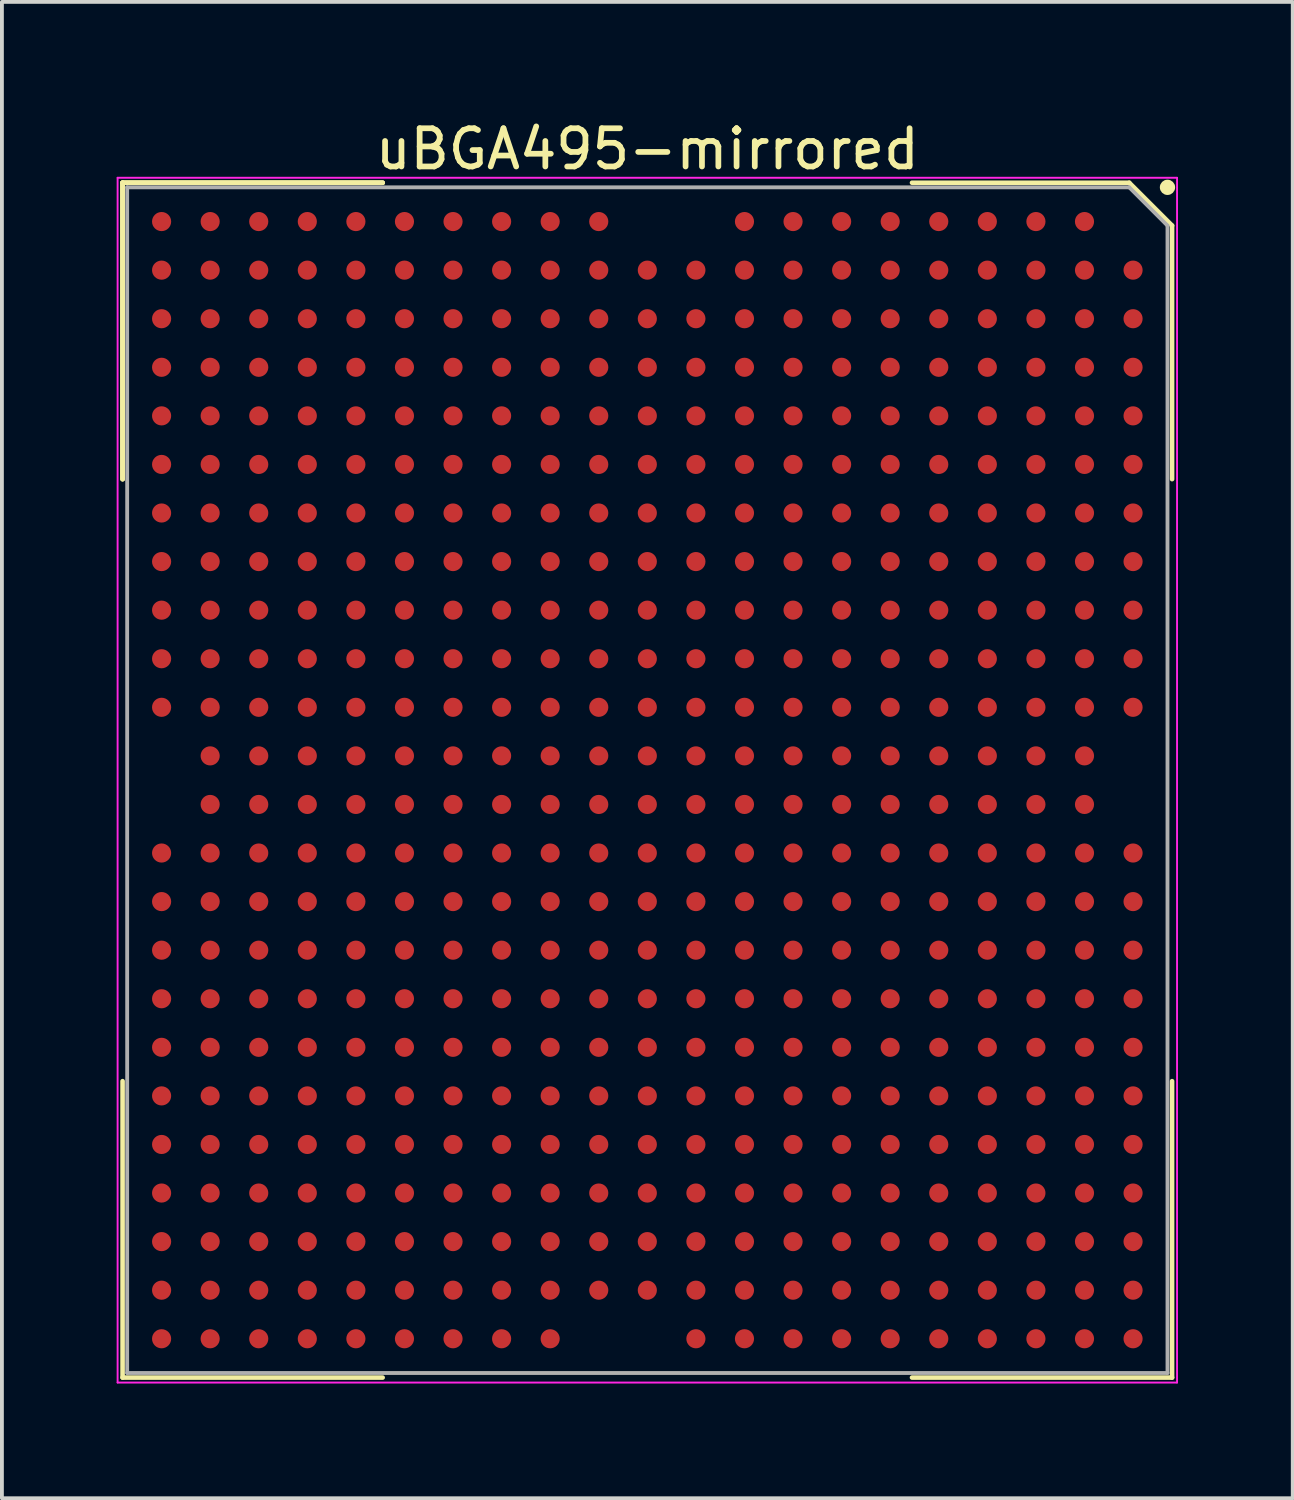
<source format=kicad_pcb>
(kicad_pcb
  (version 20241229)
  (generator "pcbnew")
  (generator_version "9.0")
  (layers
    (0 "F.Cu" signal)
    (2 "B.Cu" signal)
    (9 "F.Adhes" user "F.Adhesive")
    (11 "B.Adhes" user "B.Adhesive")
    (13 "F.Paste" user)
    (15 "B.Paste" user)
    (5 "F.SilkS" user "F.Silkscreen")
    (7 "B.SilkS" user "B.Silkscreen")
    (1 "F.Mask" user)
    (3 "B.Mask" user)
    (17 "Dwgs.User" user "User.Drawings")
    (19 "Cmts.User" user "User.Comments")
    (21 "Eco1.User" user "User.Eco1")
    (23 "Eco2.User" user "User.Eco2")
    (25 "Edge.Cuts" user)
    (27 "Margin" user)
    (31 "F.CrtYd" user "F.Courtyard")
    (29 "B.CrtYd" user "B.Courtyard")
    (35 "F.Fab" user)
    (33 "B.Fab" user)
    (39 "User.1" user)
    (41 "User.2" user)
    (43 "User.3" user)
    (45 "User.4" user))
  (footprint "uBGA495-mirrored"
    (layer "F.Cu")
    (at 13.875 15.808)
    (property "Reference" "uBGA495-mirrored" (at 0 -14.96 0) (layer "F.SilkS") (effects (font (size 1 1) (thickness 0.15))))
    (attr through_hole)
    (fp_line (start -13.72 -14.08) (end -13.72 -6.33) (stroke (width 0.12) (type solid)) (layer "F.SilkS"))
    (fp_line (start -13.72 -14.08) (end -13.72 -6.33) (stroke (width 0.12) (type solid)) (layer "F.SilkS"))
    (fp_line (start -13.72 -14.08) (end -13.72 -6.33) (stroke (width 0.12) (type solid)) (layer "F.SilkS"))
    (fp_line (start -13.72 17.16) (end -13.72 9.41) (stroke (width 0.12) (type solid)) (layer "F.SilkS"))
    (fp_line (start -6.92 -14.08) (end -13.72 -14.08) (stroke (width 0.12) (type solid)) (layer "F.SilkS"))
    (fp_line (start -6.92 -14.08) (end -13.72 -14.08) (stroke (width 0.12) (type solid)) (layer "F.SilkS"))
    (fp_line (start -6.92 -14.08) (end -13.72 -14.08) (stroke (width 0.12) (type solid)) (layer "F.SilkS"))
    (fp_line (start -6.92 17.16) (end -13.72 17.16) (stroke (width 0.12) (type solid)) (layer "F.SilkS"))
    (fp_line (start 6.92 -14.08) (end 12.6 -14.08) (stroke (width 0.12) (type solid)) (layer "F.SilkS"))
    (fp_line (start 6.92 17.16) (end 13.72 17.16) (stroke (width 0.12) (type solid)) (layer "F.SilkS"))
    (fp_line (start 12.6 -14.08) (end 13.72 -12.96) (stroke (width 0.12) (type solid)) (layer "F.SilkS"))
    (fp_line (start 13.72 -12.96) (end 13.72 -6.33) (stroke (width 0.12) (type solid)) (layer "F.SilkS"))
    (fp_line (start 13.72 17.16) (end 13.72 9.41) (stroke (width 0.12) (type solid)) (layer "F.SilkS"))
    (fp_circle (center 13.6 -13.96) (end 13.6 -13.86) (stroke (width 0.2) (type solid)) (fill no) (layer "F.SilkS"))
    (fp_line (start -13.85 -14.21) (end -13.85 17.29) (stroke (width 0.05) (type solid)) (layer "F.CrtYd"))
    (fp_line (start -13.85 17.29) (end 13.85 17.29) (stroke (width 0.05) (type solid)) (layer "F.CrtYd"))
    (fp_line (start 13.85 -14.21) (end -13.85 -14.21) (stroke (width 0.05) (type solid)) (layer "F.CrtYd"))
    (fp_line (start 13.85 17.29) (end 13.85 -14.21) (stroke (width 0.05) (type solid)) (layer "F.CrtYd"))
    (fp_line (start -13.6 -13.96) (end 12.6 -13.96) (stroke (width 0.1) (type solid)) (layer "F.Fab"))
    (fp_line (start -13.6 17.04) (end -13.6 -13.96) (stroke (width 0.1) (type solid)) (layer "F.Fab"))
    (fp_line (start 12.6 -13.96) (end 13.6 -12.96) (stroke (width 0.1) (type solid)) (layer "F.Fab"))
    (fp_line (start 13.6 -12.96) (end 13.6 17.04) (stroke (width 0.1) (type solid)) (layer "F.Fab"))
    (fp_line (start 13.6 17.04) (end -13.6 17.04) (stroke (width 0.1) (type solid)) (layer "F.Fab"))
    (pad "A2" smd circle (at 11.43 -13.065) (size 0.5 0.5) (layers "F.Cu" "F.Mask" "F.Paste"))
    (pad "A3" smd circle (at 10.16 -13.065) (size 0.5 0.5) (layers "F.Cu" "F.Mask" "F.Paste"))
    (pad "A4" smd circle (at 8.89 -13.065) (size 0.5 0.5) (layers "F.Cu" "F.Mask" "F.Paste"))
    (pad "A5" smd circle (at 7.62 -13.065) (size 0.5 0.5) (layers "F.Cu" "F.Mask" "F.Paste"))
    (pad "A6" smd circle (at 6.35 -13.065) (size 0.5 0.5) (layers "F.Cu" "F.Mask" "F.Paste"))
    (pad "A7" smd circle (at 5.08 -13.065) (size 0.5 0.5) (layers "F.Cu" "F.Mask" "F.Paste"))
    (pad "A8" smd circle (at 3.81 -13.065) (size 0.5 0.5) (layers "F.Cu" "F.Mask" "F.Paste"))
    (pad "A9" smd circle (at 2.54 -13.065) (size 0.5 0.5) (layers "F.Cu" "F.Mask" "F.Paste"))
    (pad "A12" smd circle (at -1.27 -13.065) (size 0.5 0.5) (layers "F.Cu" "F.Mask" "F.Paste"))
    (pad "A13" smd circle (at -2.54 -13.065) (size 0.5 0.5) (layers "F.Cu" "F.Mask" "F.Paste"))
    (pad "A14" smd circle (at -3.81 -13.065) (size 0.5 0.5) (layers "F.Cu" "F.Mask" "F.Paste"))
    (pad "A15" smd circle (at -5.08 -13.065) (size 0.5 0.5) (layers "F.Cu" "F.Mask" "F.Paste"))
    (pad "A16" smd circle (at -6.35 -13.065) (size 0.5 0.5) (layers "F.Cu" "F.Mask" "F.Paste"))
    (pad "A17" smd circle (at -7.62 -13.065) (size 0.5 0.5) (layers "F.Cu" "F.Mask" "F.Paste"))
    (pad "A18" smd circle (at -8.89 -13.065) (size 0.5 0.5) (layers "F.Cu" "F.Mask" "F.Paste"))
    (pad "A19" smd circle (at -10.16 -13.065) (size 0.5 0.5) (layers "F.Cu" "F.Mask" "F.Paste"))
    (pad "A20" smd circle (at -11.43 -13.065) (size 0.5 0.5) (layers "F.Cu" "F.Mask" "F.Paste"))
    (pad "A21" smd circle (at -12.7 -13.065) (size 0.5 0.5) (layers "F.Cu" "F.Mask" "F.Paste"))
    (pad "AA1" smd circle (at 12.7 12.335) (size 0.5 0.5) (layers "F.Cu" "F.Mask" "F.Paste"))
    (pad "AA2" smd circle (at 11.43 12.335) (size 0.5 0.5) (layers "F.Cu" "F.Mask" "F.Paste"))
    (pad "AA3" smd circle (at 10.16 12.335) (size 0.5 0.5) (layers "F.Cu" "F.Mask" "F.Paste"))
    (pad "AA4" smd circle (at 8.89 12.335) (size 0.5 0.5) (layers "F.Cu" "F.Mask" "F.Paste"))
    (pad "AA5" smd circle (at 7.62 12.335) (size 0.5 0.5) (layers "F.Cu" "F.Mask" "F.Paste"))
    (pad "AA6" smd circle (at 6.35 12.335) (size 0.5 0.5) (layers "F.Cu" "F.Mask" "F.Paste"))
    (pad "AA7" smd circle (at 5.08 12.335) (size 0.5 0.5) (layers "F.Cu" "F.Mask" "F.Paste"))
    (pad "AA8" smd circle (at 3.81 12.335) (size 0.5 0.5) (layers "F.Cu" "F.Mask" "F.Paste"))
    (pad "AA9" smd circle (at 2.54 12.335) (size 0.5 0.5) (layers "F.Cu" "F.Mask" "F.Paste"))
    (pad "AA10" smd circle (at 1.27 12.335) (size 0.5 0.5) (layers "F.Cu" "F.Mask" "F.Paste"))
    (pad "AA11" smd circle (at 0 12.335) (size 0.5 0.5) (layers "F.Cu" "F.Mask" "F.Paste"))
    (pad "AA12" smd circle (at -1.27 12.335) (size 0.5 0.5) (layers "F.Cu" "F.Mask" "F.Paste"))
    (pad "AA13" smd circle (at -2.54 12.335) (size 0.5 0.5) (layers "F.Cu" "F.Mask" "F.Paste"))
    (pad "AA14" smd circle (at -3.81 12.335) (size 0.5 0.5) (layers "F.Cu" "F.Mask" "F.Paste"))
    (pad "AA15" smd circle (at -5.08 12.335) (size 0.5 0.5) (layers "F.Cu" "F.Mask" "F.Paste"))
    (pad "AA16" smd circle (at -6.35 12.335) (size 0.5 0.5) (layers "F.Cu" "F.Mask" "F.Paste"))
    (pad "AA17" smd circle (at -7.62 12.335) (size 0.5 0.5) (layers "F.Cu" "F.Mask" "F.Paste"))
    (pad "AA18" smd circle (at -8.89 12.335) (size 0.5 0.5) (layers "F.Cu" "F.Mask" "F.Paste"))
    (pad "AA19" smd circle (at -10.16 12.335) (size 0.5 0.5) (layers "F.Cu" "F.Mask" "F.Paste"))
    (pad "AA20" smd circle (at -11.43 12.335) (size 0.5 0.5) (layers "F.Cu" "F.Mask" "F.Paste"))
    (pad "AA21" smd circle (at -12.7 12.335) (size 0.5 0.5) (layers "F.Cu" "F.Mask" "F.Paste"))
    (pad "AB1" smd circle (at 12.7 13.605) (size 0.5 0.5) (layers "F.Cu" "F.Mask" "F.Paste"))
    (pad "AB2" smd circle (at 11.43 13.605) (size 0.5 0.5) (layers "F.Cu" "F.Mask" "F.Paste"))
    (pad "AB3" smd circle (at 10.16 13.605) (size 0.5 0.5) (layers "F.Cu" "F.Mask" "F.Paste"))
    (pad "AB4" smd circle (at 8.89 13.605) (size 0.5 0.5) (layers "F.Cu" "F.Mask" "F.Paste"))
    (pad "AB5" smd circle (at 7.62 13.605) (size 0.5 0.5) (layers "F.Cu" "F.Mask" "F.Paste"))
    (pad "AB6" smd circle (at 6.35 13.605) (size 0.5 0.5) (layers "F.Cu" "F.Mask" "F.Paste"))
    (pad "AB7" smd circle (at 5.08 13.605) (size 0.5 0.5) (layers "F.Cu" "F.Mask" "F.Paste"))
    (pad "AB8" smd circle (at 3.81 13.605) (size 0.5 0.5) (layers "F.Cu" "F.Mask" "F.Paste"))
    (pad "AB9" smd circle (at 2.54 13.605) (size 0.5 0.5) (layers "F.Cu" "F.Mask" "F.Paste"))
    (pad "AB10" smd circle (at 1.27 13.605) (size 0.5 0.5) (layers "F.Cu" "F.Mask" "F.Paste"))
    (pad "AB11" smd circle (at 0 13.605) (size 0.5 0.5) (layers "F.Cu" "F.Mask" "F.Paste"))
    (pad "AB12" smd circle (at -1.27 13.605) (size 0.5 0.5) (layers "F.Cu" "F.Mask" "F.Paste"))
    (pad "AB13" smd circle (at -2.54 13.605) (size 0.5 0.5) (layers "F.Cu" "F.Mask" "F.Paste"))
    (pad "AB14" smd circle (at -3.81 13.605) (size 0.5 0.5) (layers "F.Cu" "F.Mask" "F.Paste"))
    (pad "AB15" smd circle (at -5.08 13.605) (size 0.5 0.5) (layers "F.Cu" "F.Mask" "F.Paste"))
    (pad "AB16" smd circle (at -6.35 13.605) (size 0.5 0.5) (layers "F.Cu" "F.Mask" "F.Paste"))
    (pad "AB17" smd circle (at -7.62 13.605) (size 0.5 0.5) (layers "F.Cu" "F.Mask" "F.Paste"))
    (pad "AB18" smd circle (at -8.89 13.605) (size 0.5 0.5) (layers "F.Cu" "F.Mask" "F.Paste"))
    (pad "AB19" smd circle (at -10.16 13.605) (size 0.5 0.5) (layers "F.Cu" "F.Mask" "F.Paste"))
    (pad "AB20" smd circle (at -11.43 13.605) (size 0.5 0.5) (layers "F.Cu" "F.Mask" "F.Paste"))
    (pad "AB21" smd circle (at -12.7 13.605) (size 0.5 0.5) (layers "F.Cu" "F.Mask" "F.Paste"))
    (pad "AC1" smd circle (at 12.7 14.875) (size 0.5 0.5) (layers "F.Cu" "F.Mask" "F.Paste"))
    (pad "AC2" smd circle (at 11.43 14.875) (size 0.5 0.5) (layers "F.Cu" "F.Mask" "F.Paste"))
    (pad "AC3" smd circle (at 10.16 14.875) (size 0.5 0.5) (layers "F.Cu" "F.Mask" "F.Paste"))
    (pad "AC4" smd circle (at 8.89 14.875) (size 0.5 0.5) (layers "F.Cu" "F.Mask" "F.Paste"))
    (pad "AC5" smd circle (at 7.62 14.875) (size 0.5 0.5) (layers "F.Cu" "F.Mask" "F.Paste"))
    (pad "AC6" smd circle (at 6.35 14.875) (size 0.5 0.5) (layers "F.Cu" "F.Mask" "F.Paste"))
    (pad "AC7" smd circle (at 5.08 14.875) (size 0.5 0.5) (layers "F.Cu" "F.Mask" "F.Paste"))
    (pad "AC8" smd circle (at 3.81 14.875) (size 0.5 0.5) (layers "F.Cu" "F.Mask" "F.Paste"))
    (pad "AC9" smd circle (at 2.54 14.875) (size 0.5 0.5) (layers "F.Cu" "F.Mask" "F.Paste"))
    (pad "AC10" smd circle (at 1.27 14.875) (size 0.5 0.5) (layers "F.Cu" "F.Mask" "F.Paste"))
    (pad "AC11" smd circle (at 0 14.875) (size 0.5 0.5) (layers "F.Cu" "F.Mask" "F.Paste"))
    (pad "AC12" smd circle (at -1.27 14.875) (size 0.5 0.5) (layers "F.Cu" "F.Mask" "F.Paste"))
    (pad "AC13" smd circle (at -2.54 14.875) (size 0.5 0.5) (layers "F.Cu" "F.Mask" "F.Paste"))
    (pad "AC14" smd circle (at -3.81 14.875) (size 0.5 0.5) (layers "F.Cu" "F.Mask" "F.Paste"))
    (pad "AC15" smd circle (at -5.08 14.875) (size 0.5 0.5) (layers "F.Cu" "F.Mask" "F.Paste"))
    (pad "AC16" smd circle (at -6.35 14.875) (size 0.5 0.5) (layers "F.Cu" "F.Mask" "F.Paste"))
    (pad "AC17" smd circle (at -7.62 14.875) (size 0.5 0.5) (layers "F.Cu" "F.Mask" "F.Paste"))
    (pad "AC18" smd circle (at -8.89 14.875) (size 0.5 0.5) (layers "F.Cu" "F.Mask" "F.Paste"))
    (pad "AC19" smd circle (at -10.16 14.875) (size 0.5 0.5) (layers "F.Cu" "F.Mask" "F.Paste"))
    (pad "AC20" smd circle (at -11.43 14.875) (size 0.5 0.5) (layers "F.Cu" "F.Mask" "F.Paste"))
    (pad "AC21" smd circle (at -12.7 14.875) (size 0.5 0.5) (layers "F.Cu" "F.Mask" "F.Paste"))
    (pad "AD1" smd circle (at 12.7 16.145) (size 0.5 0.5) (layers "F.Cu" "F.Mask" "F.Paste"))
    (pad "AD2" smd circle (at 11.43 16.145) (size 0.5 0.5) (layers "F.Cu" "F.Mask" "F.Paste"))
    (pad "AD3" smd circle (at 10.16 16.145) (size 0.5 0.5) (layers "F.Cu" "F.Mask" "F.Paste"))
    (pad "AD4" smd circle (at 8.89 16.145) (size 0.5 0.5) (layers "F.Cu" "F.Mask" "F.Paste"))
    (pad "AD5" smd circle (at 7.62 16.145) (size 0.5 0.5) (layers "F.Cu" "F.Mask" "F.Paste"))
    (pad "AD6" smd circle (at 6.35 16.145) (size 0.5 0.5) (layers "F.Cu" "F.Mask" "F.Paste"))
    (pad "AD7" smd circle (at 5.08 16.145) (size 0.5 0.5) (layers "F.Cu" "F.Mask" "F.Paste"))
    (pad "AD8" smd circle (at 3.81 16.145) (size 0.5 0.5) (layers "F.Cu" "F.Mask" "F.Paste"))
    (pad "AD9" smd circle (at 2.54 16.145) (size 0.5 0.5) (layers "F.Cu" "F.Mask" "F.Paste"))
    (pad "AD10" smd circle (at 1.27 16.145) (size 0.5 0.5) (layers "F.Cu" "F.Mask" "F.Paste"))
    (pad "AD13" smd circle (at -2.54 16.145) (size 0.5 0.5) (layers "F.Cu" "F.Mask" "F.Paste"))
    (pad "AD14" smd circle (at -3.81 16.145) (size 0.5 0.5) (layers "F.Cu" "F.Mask" "F.Paste"))
    (pad "AD15" smd circle (at -5.08 16.145) (size 0.5 0.5) (layers "F.Cu" "F.Mask" "F.Paste"))
    (pad "AD16" smd circle (at -6.35 16.145) (size 0.5 0.5) (layers "F.Cu" "F.Mask" "F.Paste"))
    (pad "AD17" smd circle (at -7.62 16.145) (size 0.5 0.5) (layers "F.Cu" "F.Mask" "F.Paste"))
    (pad "AD18" smd circle (at -8.89 16.145) (size 0.5 0.5) (layers "F.Cu" "F.Mask" "F.Paste"))
    (pad "AD19" smd circle (at -10.16 16.145) (size 0.5 0.5) (layers "F.Cu" "F.Mask" "F.Paste"))
    (pad "AD20" smd circle (at -11.43 16.145) (size 0.5 0.5) (layers "F.Cu" "F.Mask" "F.Paste"))
    (pad "AD21" smd circle (at -12.7 16.145) (size 0.5 0.5) (layers "F.Cu" "F.Mask" "F.Paste"))
    (pad "B1" smd circle (at 12.7 -11.795) (size 0.5 0.5) (layers "F.Cu" "F.Mask" "F.Paste"))
    (pad "B2" smd circle (at 11.43 -11.795) (size 0.5 0.5) (layers "F.Cu" "F.Mask" "F.Paste"))
    (pad "B3" smd circle (at 10.16 -11.795) (size 0.5 0.5) (layers "F.Cu" "F.Mask" "F.Paste"))
    (pad "B4" smd circle (at 8.89 -11.795) (size 0.5 0.5) (layers "F.Cu" "F.Mask" "F.Paste"))
    (pad "B5" smd circle (at 7.62 -11.795) (size 0.5 0.5) (layers "F.Cu" "F.Mask" "F.Paste"))
    (pad "B6" smd circle (at 6.35 -11.795) (size 0.5 0.5) (layers "F.Cu" "F.Mask" "F.Paste"))
    (pad "B7" smd circle (at 5.08 -11.795) (size 0.5 0.5) (layers "F.Cu" "F.Mask" "F.Paste"))
    (pad "B8" smd circle (at 3.81 -11.795) (size 0.5 0.5) (layers "F.Cu" "F.Mask" "F.Paste"))
    (pad "B9" smd circle (at 2.54 -11.795) (size 0.5 0.5) (layers "F.Cu" "F.Mask" "F.Paste"))
    (pad "B10" smd circle (at 1.27 -11.795) (size 0.5 0.5) (layers "F.Cu" "F.Mask" "F.Paste"))
    (pad "B11" smd circle (at 0 -11.795) (size 0.5 0.5) (layers "F.Cu" "F.Mask" "F.Paste"))
    (pad "B12" smd circle (at -1.27 -11.795) (size 0.5 0.5) (layers "F.Cu" "F.Mask" "F.Paste"))
    (pad "B13" smd circle (at -2.54 -11.795) (size 0.5 0.5) (layers "F.Cu" "F.Mask" "F.Paste"))
    (pad "B14" smd circle (at -3.81 -11.795) (size 0.5 0.5) (layers "F.Cu" "F.Mask" "F.Paste"))
    (pad "B15" smd circle (at -5.08 -11.795) (size 0.5 0.5) (layers "F.Cu" "F.Mask" "F.Paste"))
    (pad "B16" smd circle (at -6.35 -11.795) (size 0.5 0.5) (layers "F.Cu" "F.Mask" "F.Paste"))
    (pad "B17" smd circle (at -7.62 -11.795) (size 0.5 0.5) (layers "F.Cu" "F.Mask" "F.Paste"))
    (pad "B18" smd circle (at -8.89 -11.795) (size 0.5 0.5) (layers "F.Cu" "F.Mask" "F.Paste"))
    (pad "B19" smd circle (at -10.16 -11.795) (size 0.5 0.5) (layers "F.Cu" "F.Mask" "F.Paste"))
    (pad "B20" smd circle (at -11.43 -11.795) (size 0.5 0.5) (layers "F.Cu" "F.Mask" "F.Paste"))
    (pad "B21" smd circle (at -12.7 -11.795) (size 0.5 0.5) (layers "F.Cu" "F.Mask" "F.Paste"))
    (pad "C1" smd circle (at 12.7 -10.525) (size 0.5 0.5) (layers "F.Cu" "F.Mask" "F.Paste"))
    (pad "C2" smd circle (at 11.43 -10.525) (size 0.5 0.5) (layers "F.Cu" "F.Mask" "F.Paste"))
    (pad "C3" smd circle (at 10.16 -10.525) (size 0.5 0.5) (layers "F.Cu" "F.Mask" "F.Paste"))
    (pad "C4" smd circle (at 8.89 -10.525) (size 0.5 0.5) (layers "F.Cu" "F.Mask" "F.Paste"))
    (pad "C5" smd circle (at 7.62 -10.525) (size 0.5 0.5) (layers "F.Cu" "F.Mask" "F.Paste"))
    (pad "C6" smd circle (at 6.35 -10.525) (size 0.5 0.5) (layers "F.Cu" "F.Mask" "F.Paste"))
    (pad "C7" smd circle (at 5.08 -10.525) (size 0.5 0.5) (layers "F.Cu" "F.Mask" "F.Paste"))
    (pad "C8" smd circle (at 3.81 -10.525) (size 0.5 0.5) (layers "F.Cu" "F.Mask" "F.Paste"))
    (pad "C9" smd circle (at 2.54 -10.525) (size 0.5 0.5) (layers "F.Cu" "F.Mask" "F.Paste"))
    (pad "C10" smd circle (at 1.27 -10.525) (size 0.5 0.5) (layers "F.Cu" "F.Mask" "F.Paste"))
    (pad "C11" smd circle (at 0 -10.525) (size 0.5 0.5) (layers "F.Cu" "F.Mask" "F.Paste"))
    (pad "C12" smd circle (at -1.27 -10.525) (size 0.5 0.5) (layers "F.Cu" "F.Mask" "F.Paste"))
    (pad "C13" smd circle (at -2.54 -10.525) (size 0.5 0.5) (layers "F.Cu" "F.Mask" "F.Paste"))
    (pad "C14" smd circle (at -3.81 -10.525) (size 0.5 0.5) (layers "F.Cu" "F.Mask" "F.Paste"))
    (pad "C15" smd circle (at -5.08 -10.525) (size 0.5 0.5) (layers "F.Cu" "F.Mask" "F.Paste"))
    (pad "C16" smd circle (at -6.35 -10.525) (size 0.5 0.5) (layers "F.Cu" "F.Mask" "F.Paste"))
    (pad "C17" smd circle (at -7.62 -10.525) (size 0.5 0.5) (layers "F.Cu" "F.Mask" "F.Paste"))
    (pad "C18" smd circle (at -8.89 -10.525) (size 0.5 0.5) (layers "F.Cu" "F.Mask" "F.Paste"))
    (pad "C19" smd circle (at -10.16 -10.525) (size 0.5 0.5) (layers "F.Cu" "F.Mask" "F.Paste"))
    (pad "C20" smd circle (at -11.43 -10.525) (size 0.5 0.5) (layers "F.Cu" "F.Mask" "F.Paste"))
    (pad "C21" smd circle (at -12.7 -10.525) (size 0.5 0.5) (layers "F.Cu" "F.Mask" "F.Paste"))
    (pad "D1" smd circle (at 12.7 -9.255) (size 0.5 0.5) (layers "F.Cu" "F.Mask" "F.Paste"))
    (pad "D2" smd circle (at 11.43 -9.255) (size 0.5 0.5) (layers "F.Cu" "F.Mask" "F.Paste"))
    (pad "D3" smd circle (at 10.16 -9.255) (size 0.5 0.5) (layers "F.Cu" "F.Mask" "F.Paste"))
    (pad "D4" smd circle (at 8.89 -9.255) (size 0.5 0.5) (layers "F.Cu" "F.Mask" "F.Paste"))
    (pad "D5" smd circle (at 7.62 -9.255) (size 0.5 0.5) (layers "F.Cu" "F.Mask" "F.Paste"))
    (pad "D6" smd circle (at 6.35 -9.255) (size 0.5 0.5) (layers "F.Cu" "F.Mask" "F.Paste"))
    (pad "D7" smd circle (at 5.08 -9.255) (size 0.5 0.5) (layers "F.Cu" "F.Mask" "F.Paste"))
    (pad "D8" smd circle (at 3.81 -9.255) (size 0.5 0.5) (layers "F.Cu" "F.Mask" "F.Paste"))
    (pad "D9" smd circle (at 2.54 -9.255) (size 0.5 0.5) (layers "F.Cu" "F.Mask" "F.Paste"))
    (pad "D10" smd circle (at 1.27 -9.255) (size 0.5 0.5) (layers "F.Cu" "F.Mask" "F.Paste"))
    (pad "D11" smd circle (at 0 -9.255) (size 0.5 0.5) (layers "F.Cu" "F.Mask" "F.Paste"))
    (pad "D12" smd circle (at -1.27 -9.255) (size 0.5 0.5) (layers "F.Cu" "F.Mask" "F.Paste"))
    (pad "D13" smd circle (at -2.54 -9.255) (size 0.5 0.5) (layers "F.Cu" "F.Mask" "F.Paste"))
    (pad "D14" smd circle (at -3.81 -9.255) (size 0.5 0.5) (layers "F.Cu" "F.Mask" "F.Paste"))
    (pad "D15" smd circle (at -5.08 -9.255) (size 0.5 0.5) (layers "F.Cu" "F.Mask" "F.Paste"))
    (pad "D16" smd circle (at -6.35 -9.255) (size 0.5 0.5) (layers "F.Cu" "F.Mask" "F.Paste"))
    (pad "D17" smd circle (at -7.62 -9.255) (size 0.5 0.5) (layers "F.Cu" "F.Mask" "F.Paste"))
    (pad "D18" smd circle (at -8.89 -9.255) (size 0.5 0.5) (layers "F.Cu" "F.Mask" "F.Paste"))
    (pad "D19" smd circle (at -10.16 -9.255) (size 0.5 0.5) (layers "F.Cu" "F.Mask" "F.Paste"))
    (pad "D20" smd circle (at -11.43 -9.255) (size 0.5 0.5) (layers "F.Cu" "F.Mask" "F.Paste"))
    (pad "D21" smd circle (at -12.7 -9.255) (size 0.5 0.5) (layers "F.Cu" "F.Mask" "F.Paste"))
    (pad "E1" smd circle (at 12.7 -7.985) (size 0.5 0.5) (layers "F.Cu" "F.Mask" "F.Paste"))
    (pad "E2" smd circle (at 11.43 -7.985) (size 0.5 0.5) (layers "F.Cu" "F.Mask" "F.Paste"))
    (pad "E3" smd circle (at 10.16 -7.985) (size 0.5 0.5) (layers "F.Cu" "F.Mask" "F.Paste"))
    (pad "E4" smd circle (at 8.89 -7.985) (size 0.5 0.5) (layers "F.Cu" "F.Mask" "F.Paste"))
    (pad "E5" smd circle (at 7.62 -7.985) (size 0.5 0.5) (layers "F.Cu" "F.Mask" "F.Paste"))
    (pad "E6" smd circle (at 6.35 -7.985) (size 0.5 0.5) (layers "F.Cu" "F.Mask" "F.Paste"))
    (pad "E7" smd circle (at 5.08 -7.985) (size 0.5 0.5) (layers "F.Cu" "F.Mask" "F.Paste"))
    (pad "E8" smd circle (at 3.81 -7.985) (size 0.5 0.5) (layers "F.Cu" "F.Mask" "F.Paste"))
    (pad "E9" smd circle (at 2.54 -7.985) (size 0.5 0.5) (layers "F.Cu" "F.Mask" "F.Paste"))
    (pad "E10" smd circle (at 1.27 -7.985) (size 0.5 0.5) (layers "F.Cu" "F.Mask" "F.Paste"))
    (pad "E11" smd circle (at 0 -7.985) (size 0.5 0.5) (layers "F.Cu" "F.Mask" "F.Paste"))
    (pad "E12" smd circle (at -1.27 -7.985) (size 0.5 0.5) (layers "F.Cu" "F.Mask" "F.Paste"))
    (pad "E13" smd circle (at -2.54 -7.985) (size 0.5 0.5) (layers "F.Cu" "F.Mask" "F.Paste"))
    (pad "E14" smd circle (at -3.81 -7.985) (size 0.5 0.5) (layers "F.Cu" "F.Mask" "F.Paste"))
    (pad "E15" smd circle (at -5.08 -7.985) (size 0.5 0.5) (layers "F.Cu" "F.Mask" "F.Paste"))
    (pad "E16" smd circle (at -6.35 -7.985) (size 0.5 0.5) (layers "F.Cu" "F.Mask" "F.Paste"))
    (pad "E17" smd circle (at -7.62 -7.985) (size 0.5 0.5) (layers "F.Cu" "F.Mask" "F.Paste"))
    (pad "E18" smd circle (at -8.89 -7.985) (size 0.5 0.5) (layers "F.Cu" "F.Mask" "F.Paste"))
    (pad "E19" smd circle (at -10.16 -7.985) (size 0.5 0.5) (layers "F.Cu" "F.Mask" "F.Paste"))
    (pad "E20" smd circle (at -11.43 -7.985) (size 0.5 0.5) (layers "F.Cu" "F.Mask" "F.Paste"))
    (pad "E21" smd circle (at -12.7 -7.985) (size 0.5 0.5) (layers "F.Cu" "F.Mask" "F.Paste"))
    (pad "F1" smd circle (at 12.7 -6.715) (size 0.5 0.5) (layers "F.Cu" "F.Mask" "F.Paste"))
    (pad "F2" smd circle (at 11.43 -6.715) (size 0.5 0.5) (layers "F.Cu" "F.Mask" "F.Paste"))
    (pad "F3" smd circle (at 10.16 -6.715) (size 0.5 0.5) (layers "F.Cu" "F.Mask" "F.Paste"))
    (pad "F4" smd circle (at 8.89 -6.715) (size 0.5 0.5) (layers "F.Cu" "F.Mask" "F.Paste"))
    (pad "F5" smd circle (at 7.62 -6.715) (size 0.5 0.5) (layers "F.Cu" "F.Mask" "F.Paste"))
    (pad "F6" smd circle (at 6.35 -6.715) (size 0.5 0.5) (layers "F.Cu" "F.Mask" "F.Paste"))
    (pad "F7" smd circle (at 5.08 -6.715) (size 0.5 0.5) (layers "F.Cu" "F.Mask" "F.Paste"))
    (pad "F8" smd circle (at 3.81 -6.715) (size 0.5 0.5) (layers "F.Cu" "F.Mask" "F.Paste"))
    (pad "F9" smd circle (at 2.54 -6.715) (size 0.5 0.5) (layers "F.Cu" "F.Mask" "F.Paste"))
    (pad "F10" smd circle (at 1.27 -6.715) (size 0.5 0.5) (layers "F.Cu" "F.Mask" "F.Paste"))
    (pad "F11" smd circle (at 0 -6.715) (size 0.5 0.5) (layers "F.Cu" "F.Mask" "F.Paste"))
    (pad "F12" smd circle (at -1.27 -6.715) (size 0.5 0.5) (layers "F.Cu" "F.Mask" "F.Paste"))
    (pad "F13" smd circle (at -2.54 -6.715) (size 0.5 0.5) (layers "F.Cu" "F.Mask" "F.Paste"))
    (pad "F14" smd circle (at -3.81 -6.715) (size 0.5 0.5) (layers "F.Cu" "F.Mask" "F.Paste"))
    (pad "F15" smd circle (at -5.08 -6.715) (size 0.5 0.5) (layers "F.Cu" "F.Mask" "F.Paste"))
    (pad "F16" smd circle (at -6.35 -6.715) (size 0.5 0.5) (layers "F.Cu" "F.Mask" "F.Paste"))
    (pad "F17" smd circle (at -7.62 -6.715) (size 0.5 0.5) (layers "F.Cu" "F.Mask" "F.Paste"))
    (pad "F18" smd circle (at -8.89 -6.715) (size 0.5 0.5) (layers "F.Cu" "F.Mask" "F.Paste"))
    (pad "F19" smd circle (at -10.16 -6.715) (size 0.5 0.5) (layers "F.Cu" "F.Mask" "F.Paste"))
    (pad "F20" smd circle (at -11.43 -6.715) (size 0.5 0.5) (layers "F.Cu" "F.Mask" "F.Paste"))
    (pad "F21" smd circle (at -12.7 -6.715) (size 0.5 0.5) (layers "F.Cu" "F.Mask" "F.Paste"))
    (pad "G1" smd circle (at 12.7 -5.445) (size 0.5 0.5) (layers "F.Cu" "F.Mask" "F.Paste"))
    (pad "G2" smd circle (at 11.43 -5.445) (size 0.5 0.5) (layers "F.Cu" "F.Mask" "F.Paste"))
    (pad "G3" smd circle (at 10.16 -5.445) (size 0.5 0.5) (layers "F.Cu" "F.Mask" "F.Paste"))
    (pad "G4" smd circle (at 8.89 -5.445) (size 0.5 0.5) (layers "F.Cu" "F.Mask" "F.Paste"))
    (pad "G5" smd circle (at 7.62 -5.445) (size 0.5 0.5) (layers "F.Cu" "F.Mask" "F.Paste"))
    (pad "G6" smd circle (at 6.35 -5.445) (size 0.5 0.5) (layers "F.Cu" "F.Mask" "F.Paste"))
    (pad "G7" smd circle (at 5.08 -5.445) (size 0.5 0.5) (layers "F.Cu" "F.Mask" "F.Paste"))
    (pad "G8" smd circle (at 3.81 -5.445) (size 0.5 0.5) (layers "F.Cu" "F.Mask" "F.Paste"))
    (pad "G9" smd circle (at 2.54 -5.445) (size 0.5 0.5) (layers "F.Cu" "F.Mask" "F.Paste"))
    (pad "G10" smd circle (at 1.27 -5.445) (size 0.5 0.5) (layers "F.Cu" "F.Mask" "F.Paste"))
    (pad "G11" smd circle (at 0 -5.445) (size 0.5 0.5) (layers "F.Cu" "F.Mask" "F.Paste"))
    (pad "G12" smd circle (at -1.27 -5.445) (size 0.5 0.5) (layers "F.Cu" "F.Mask" "F.Paste"))
    (pad "G13" smd circle (at -2.54 -5.445) (size 0.5 0.5) (layers "F.Cu" "F.Mask" "F.Paste"))
    (pad "G14" smd circle (at -3.81 -5.445) (size 0.5 0.5) (layers "F.Cu" "F.Mask" "F.Paste"))
    (pad "G15" smd circle (at -5.08 -5.445) (size 0.5 0.5) (layers "F.Cu" "F.Mask" "F.Paste"))
    (pad "G16" smd circle (at -6.35 -5.445) (size 0.5 0.5) (layers "F.Cu" "F.Mask" "F.Paste"))
    (pad "G17" smd circle (at -7.62 -5.445) (size 0.5 0.5) (layers "F.Cu" "F.Mask" "F.Paste"))
    (pad "G18" smd circle (at -8.89 -5.445) (size 0.5 0.5) (layers "F.Cu" "F.Mask" "F.Paste"))
    (pad "G19" smd circle (at -10.16 -5.445) (size 0.5 0.5) (layers "F.Cu" "F.Mask" "F.Paste"))
    (pad "G20" smd circle (at -11.43 -5.445) (size 0.5 0.5) (layers "F.Cu" "F.Mask" "F.Paste"))
    (pad "G21" smd circle (at -12.7 -5.445) (size 0.5 0.5) (layers "F.Cu" "F.Mask" "F.Paste"))
    (pad "H1" smd circle (at 12.7 -4.175) (size 0.5 0.5) (layers "F.Cu" "F.Mask" "F.Paste"))
    (pad "H2" smd circle (at 11.43 -4.175) (size 0.5 0.5) (layers "F.Cu" "F.Mask" "F.Paste"))
    (pad "H3" smd circle (at 10.16 -4.175) (size 0.5 0.5) (layers "F.Cu" "F.Mask" "F.Paste"))
    (pad "H4" smd circle (at 8.89 -4.175) (size 0.5 0.5) (layers "F.Cu" "F.Mask" "F.Paste"))
    (pad "H5" smd circle (at 7.62 -4.175) (size 0.5 0.5) (layers "F.Cu" "F.Mask" "F.Paste"))
    (pad "H6" smd circle (at 6.35 -4.175) (size 0.5 0.5) (layers "F.Cu" "F.Mask" "F.Paste"))
    (pad "H7" smd circle (at 5.08 -4.175) (size 0.5 0.5) (layers "F.Cu" "F.Mask" "F.Paste"))
    (pad "H8" smd circle (at 3.81 -4.175) (size 0.5 0.5) (layers "F.Cu" "F.Mask" "F.Paste"))
    (pad "H9" smd circle (at 2.54 -4.175) (size 0.5 0.5) (layers "F.Cu" "F.Mask" "F.Paste"))
    (pad "H10" smd circle (at 1.27 -4.175) (size 0.5 0.5) (layers "F.Cu" "F.Mask" "F.Paste"))
    (pad "H11" smd circle (at 0 -4.175) (size 0.5 0.5) (layers "F.Cu" "F.Mask" "F.Paste"))
    (pad "H12" smd circle (at -1.27 -4.175) (size 0.5 0.5) (layers "F.Cu" "F.Mask" "F.Paste"))
    (pad "H13" smd circle (at -2.54 -4.175) (size 0.5 0.5) (layers "F.Cu" "F.Mask" "F.Paste"))
    (pad "H14" smd circle (at -3.81 -4.175) (size 0.5 0.5) (layers "F.Cu" "F.Mask" "F.Paste"))
    (pad "H15" smd circle (at -5.08 -4.175) (size 0.5 0.5) (layers "F.Cu" "F.Mask" "F.Paste"))
    (pad "H16" smd circle (at -6.35 -4.175) (size 0.5 0.5) (layers "F.Cu" "F.Mask" "F.Paste"))
    (pad "H17" smd circle (at -7.62 -4.175) (size 0.5 0.5) (layers "F.Cu" "F.Mask" "F.Paste"))
    (pad "H18" smd circle (at -8.89 -4.175) (size 0.5 0.5) (layers "F.Cu" "F.Mask" "F.Paste"))
    (pad "H19" smd circle (at -10.16 -4.175) (size 0.5 0.5) (layers "F.Cu" "F.Mask" "F.Paste"))
    (pad "H20" smd circle (at -11.43 -4.175) (size 0.5 0.5) (layers "F.Cu" "F.Mask" "F.Paste"))
    (pad "H21" smd circle (at -12.7 -4.175) (size 0.5 0.5) (layers "F.Cu" "F.Mask" "F.Paste"))
    (pad "J1" smd circle (at 12.7 -2.905) (size 0.5 0.5) (layers "F.Cu" "F.Mask" "F.Paste"))
    (pad "J2" smd circle (at 11.43 -2.905) (size 0.5 0.5) (layers "F.Cu" "F.Mask" "F.Paste"))
    (pad "J3" smd circle (at 10.16 -2.905) (size 0.5 0.5) (layers "F.Cu" "F.Mask" "F.Paste"))
    (pad "J4" smd circle (at 8.89 -2.905) (size 0.5 0.5) (layers "F.Cu" "F.Mask" "F.Paste"))
    (pad "J5" smd circle (at 7.62 -2.905) (size 0.5 0.5) (layers "F.Cu" "F.Mask" "F.Paste"))
    (pad "J6" smd circle (at 6.35 -2.905) (size 0.5 0.5) (layers "F.Cu" "F.Mask" "F.Paste"))
    (pad "J7" smd circle (at 5.08 -2.905) (size 0.5 0.5) (layers "F.Cu" "F.Mask" "F.Paste"))
    (pad "J8" smd circle (at 3.81 -2.905) (size 0.5 0.5) (layers "F.Cu" "F.Mask" "F.Paste"))
    (pad "J9" smd circle (at 2.54 -2.905) (size 0.5 0.5) (layers "F.Cu" "F.Mask" "F.Paste"))
    (pad "J10" smd circle (at 1.27 -2.905) (size 0.5 0.5) (layers "F.Cu" "F.Mask" "F.Paste"))
    (pad "J11" smd circle (at 0 -2.905) (size 0.5 0.5) (layers "F.Cu" "F.Mask" "F.Paste"))
    (pad "J12" smd circle (at -1.27 -2.905) (size 0.5 0.5) (layers "F.Cu" "F.Mask" "F.Paste"))
    (pad "J13" smd circle (at -2.54 -2.905) (size 0.5 0.5) (layers "F.Cu" "F.Mask" "F.Paste"))
    (pad "J14" smd circle (at -3.81 -2.905) (size 0.5 0.5) (layers "F.Cu" "F.Mask" "F.Paste"))
    (pad "J15" smd circle (at -5.08 -2.905) (size 0.5 0.5) (layers "F.Cu" "F.Mask" "F.Paste"))
    (pad "J16" smd circle (at -6.35 -2.905) (size 0.5 0.5) (layers "F.Cu" "F.Mask" "F.Paste"))
    (pad "J17" smd circle (at -7.62 -2.905) (size 0.5 0.5) (layers "F.Cu" "F.Mask" "F.Paste"))
    (pad "J18" smd circle (at -8.89 -2.905) (size 0.5 0.5) (layers "F.Cu" "F.Mask" "F.Paste"))
    (pad "J19" smd circle (at -10.16 -2.905) (size 0.5 0.5) (layers "F.Cu" "F.Mask" "F.Paste"))
    (pad "J20" smd circle (at -11.43 -2.905) (size 0.5 0.5) (layers "F.Cu" "F.Mask" "F.Paste"))
    (pad "J21" smd circle (at -12.7 -2.905) (size 0.5 0.5) (layers "F.Cu" "F.Mask" "F.Paste"))
    (pad "K1" smd circle (at 12.7 -1.635) (size 0.5 0.5) (layers "F.Cu" "F.Mask" "F.Paste"))
    (pad "K2" smd circle (at 11.43 -1.635) (size 0.5 0.5) (layers "F.Cu" "F.Mask" "F.Paste"))
    (pad "K3" smd circle (at 10.16 -1.635) (size 0.5 0.5) (layers "F.Cu" "F.Mask" "F.Paste"))
    (pad "K4" smd circle (at 8.89 -1.635) (size 0.5 0.5) (layers "F.Cu" "F.Mask" "F.Paste"))
    (pad "K5" smd circle (at 7.62 -1.635) (size 0.5 0.5) (layers "F.Cu" "F.Mask" "F.Paste"))
    (pad "K6" smd circle (at 6.35 -1.635) (size 0.5 0.5) (layers "F.Cu" "F.Mask" "F.Paste"))
    (pad "K7" smd circle (at 5.08 -1.635) (size 0.5 0.5) (layers "F.Cu" "F.Mask" "F.Paste"))
    (pad "K8" smd circle (at 3.81 -1.635) (size 0.5 0.5) (layers "F.Cu" "F.Mask" "F.Paste"))
    (pad "K9" smd circle (at 2.54 -1.635) (size 0.5 0.5) (layers "F.Cu" "F.Mask" "F.Paste"))
    (pad "K10" smd circle (at 1.27 -1.635) (size 0.5 0.5) (layers "F.Cu" "F.Mask" "F.Paste"))
    (pad "K11" smd circle (at 0 -1.635) (size 0.5 0.5) (layers "F.Cu" "F.Mask" "F.Paste"))
    (pad "K12" smd circle (at -1.27 -1.635) (size 0.5 0.5) (layers "F.Cu" "F.Mask" "F.Paste"))
    (pad "K13" smd circle (at -2.54 -1.635) (size 0.5 0.5) (layers "F.Cu" "F.Mask" "F.Paste"))
    (pad "K14" smd circle (at -3.81 -1.635) (size 0.5 0.5) (layers "F.Cu" "F.Mask" "F.Paste"))
    (pad "K15" smd circle (at -5.08 -1.635) (size 0.5 0.5) (layers "F.Cu" "F.Mask" "F.Paste"))
    (pad "K16" smd circle (at -6.35 -1.635) (size 0.5 0.5) (layers "F.Cu" "F.Mask" "F.Paste"))
    (pad "K17" smd circle (at -7.62 -1.635) (size 0.5 0.5) (layers "F.Cu" "F.Mask" "F.Paste"))
    (pad "K18" smd circle (at -8.89 -1.635) (size 0.5 0.5) (layers "F.Cu" "F.Mask" "F.Paste"))
    (pad "K19" smd circle (at -10.16 -1.635) (size 0.5 0.5) (layers "F.Cu" "F.Mask" "F.Paste"))
    (pad "K20" smd circle (at -11.43 -1.635) (size 0.5 0.5) (layers "F.Cu" "F.Mask" "F.Paste"))
    (pad "K21" smd circle (at -12.7 -1.635) (size 0.5 0.5) (layers "F.Cu" "F.Mask" "F.Paste"))
    (pad "L1" smd circle (at 12.7 -0.365) (size 0.5 0.5) (layers "F.Cu" "F.Mask" "F.Paste"))
    (pad "L2" smd circle (at 11.43 -0.365) (size 0.5 0.5) (layers "F.Cu" "F.Mask" "F.Paste"))
    (pad "L3" smd circle (at 10.16 -0.365) (size 0.5 0.5) (layers "F.Cu" "F.Mask" "F.Paste"))
    (pad "L4" smd circle (at 8.89 -0.365) (size 0.5 0.5) (layers "F.Cu" "F.Mask" "F.Paste"))
    (pad "L5" smd circle (at 7.62 -0.365) (size 0.5 0.5) (layers "F.Cu" "F.Mask" "F.Paste"))
    (pad "L6" smd circle (at 6.35 -0.365) (size 0.5 0.5) (layers "F.Cu" "F.Mask" "F.Paste"))
    (pad "L7" smd circle (at 5.08 -0.365) (size 0.5 0.5) (layers "F.Cu" "F.Mask" "F.Paste"))
    (pad "L8" smd circle (at 3.81 -0.365) (size 0.5 0.5) (layers "F.Cu" "F.Mask" "F.Paste"))
    (pad "L9" smd circle (at 2.54 -0.365) (size 0.5 0.5) (layers "F.Cu" "F.Mask" "F.Paste"))
    (pad "L10" smd circle (at 1.27 -0.365) (size 0.5 0.5) (layers "F.Cu" "F.Mask" "F.Paste"))
    (pad "L11" smd circle (at 0 -0.365) (size 0.5 0.5) (layers "F.Cu" "F.Mask" "F.Paste"))
    (pad "L12" smd circle (at -1.27 -0.365) (size 0.5 0.5) (layers "F.Cu" "F.Mask" "F.Paste"))
    (pad "L13" smd circle (at -2.54 -0.365) (size 0.5 0.5) (layers "F.Cu" "F.Mask" "F.Paste"))
    (pad "L14" smd circle (at -3.81 -0.365) (size 0.5 0.5) (layers "F.Cu" "F.Mask" "F.Paste"))
    (pad "L15" smd circle (at -5.08 -0.365) (size 0.5 0.5) (layers "F.Cu" "F.Mask" "F.Paste"))
    (pad "L16" smd circle (at -6.35 -0.365) (size 0.5 0.5) (layers "F.Cu" "F.Mask" "F.Paste"))
    (pad "L17" smd circle (at -7.62 -0.365) (size 0.5 0.5) (layers "F.Cu" "F.Mask" "F.Paste"))
    (pad "L18" smd circle (at -8.89 -0.365) (size 0.5 0.5) (layers "F.Cu" "F.Mask" "F.Paste"))
    (pad "L19" smd circle (at -10.16 -0.365) (size 0.5 0.5) (layers "F.Cu" "F.Mask" "F.Paste"))
    (pad "L20" smd circle (at -11.43 -0.365) (size 0.5 0.5) (layers "F.Cu" "F.Mask" "F.Paste"))
    (pad "L21" smd circle (at -12.7 -0.365) (size 0.5 0.5) (layers "F.Cu" "F.Mask" "F.Paste"))
    (pad "M2" smd circle (at 11.43 0.905) (size 0.5 0.5) (layers "F.Cu" "F.Mask" "F.Paste"))
    (pad "M3" smd circle (at 10.16 0.905) (size 0.5 0.5) (layers "F.Cu" "F.Mask" "F.Paste"))
    (pad "M4" smd circle (at 8.89 0.905) (size 0.5 0.5) (layers "F.Cu" "F.Mask" "F.Paste"))
    (pad "M5" smd circle (at 7.62 0.905) (size 0.5 0.5) (layers "F.Cu" "F.Mask" "F.Paste"))
    (pad "M6" smd circle (at 6.35 0.905) (size 0.5 0.5) (layers "F.Cu" "F.Mask" "F.Paste"))
    (pad "M7" smd circle (at 5.08 0.905) (size 0.5 0.5) (layers "F.Cu" "F.Mask" "F.Paste"))
    (pad "M8" smd circle (at 3.81 0.905) (size 0.5 0.5) (layers "F.Cu" "F.Mask" "F.Paste"))
    (pad "M9" smd circle (at 2.54 0.905) (size 0.5 0.5) (layers "F.Cu" "F.Mask" "F.Paste"))
    (pad "M10" smd circle (at 1.27 0.905) (size 0.5 0.5) (layers "F.Cu" "F.Mask" "F.Paste"))
    (pad "M11" smd circle (at 0 0.905) (size 0.5 0.5) (layers "F.Cu" "F.Mask" "F.Paste"))
    (pad "M12" smd circle (at -1.27 0.905) (size 0.5 0.5) (layers "F.Cu" "F.Mask" "F.Paste"))
    (pad "M13" smd circle (at -2.54 0.905) (size 0.5 0.5) (layers "F.Cu" "F.Mask" "F.Paste"))
    (pad "M14" smd circle (at -3.81 0.905) (size 0.5 0.5) (layers "F.Cu" "F.Mask" "F.Paste"))
    (pad "M15" smd circle (at -5.08 0.905) (size 0.5 0.5) (layers "F.Cu" "F.Mask" "F.Paste"))
    (pad "M16" smd circle (at -6.35 0.905) (size 0.5 0.5) (layers "F.Cu" "F.Mask" "F.Paste"))
    (pad "M17" smd circle (at -7.62 0.905) (size 0.5 0.5) (layers "F.Cu" "F.Mask" "F.Paste"))
    (pad "M18" smd circle (at -8.89 0.905) (size 0.5 0.5) (layers "F.Cu" "F.Mask" "F.Paste"))
    (pad "M19" smd circle (at -10.16 0.905) (size 0.5 0.5) (layers "F.Cu" "F.Mask" "F.Paste"))
    (pad "M20" smd circle (at -11.43 0.905) (size 0.5 0.5) (layers "F.Cu" "F.Mask" "F.Paste"))
    (pad "N2" smd circle (at 11.43 2.175) (size 0.5 0.5) (layers "F.Cu" "F.Mask" "F.Paste"))
    (pad "N3" smd circle (at 10.16 2.175) (size 0.5 0.5) (layers "F.Cu" "F.Mask" "F.Paste"))
    (pad "N4" smd circle (at 8.89 2.175) (size 0.5 0.5) (layers "F.Cu" "F.Mask" "F.Paste"))
    (pad "N5" smd circle (at 7.62 2.175) (size 0.5 0.5) (layers "F.Cu" "F.Mask" "F.Paste"))
    (pad "N6" smd circle (at 6.35 2.175) (size 0.5 0.5) (layers "F.Cu" "F.Mask" "F.Paste"))
    (pad "N7" smd circle (at 5.08 2.175) (size 0.5 0.5) (layers "F.Cu" "F.Mask" "F.Paste"))
    (pad "N8" smd circle (at 3.81 2.175) (size 0.5 0.5) (layers "F.Cu" "F.Mask" "F.Paste"))
    (pad "N9" smd circle (at 2.54 2.175) (size 0.5 0.5) (layers "F.Cu" "F.Mask" "F.Paste"))
    (pad "N10" smd circle (at 1.27 2.175) (size 0.5 0.5) (layers "F.Cu" "F.Mask" "F.Paste"))
    (pad "N11" smd circle (at 0 2.175) (size 0.5 0.5) (layers "F.Cu" "F.Mask" "F.Paste"))
    (pad "N12" smd circle (at -1.27 2.175) (size 0.5 0.5) (layers "F.Cu" "F.Mask" "F.Paste"))
    (pad "N13" smd circle (at -2.54 2.175) (size 0.5 0.5) (layers "F.Cu" "F.Mask" "F.Paste"))
    (pad "N14" smd circle (at -3.81 2.175) (size 0.5 0.5) (layers "F.Cu" "F.Mask" "F.Paste"))
    (pad "N15" smd circle (at -5.08 2.175) (size 0.5 0.5) (layers "F.Cu" "F.Mask" "F.Paste"))
    (pad "N16" smd circle (at -6.35 2.175) (size 0.5 0.5) (layers "F.Cu" "F.Mask" "F.Paste"))
    (pad "N17" smd circle (at -7.62 2.175) (size 0.5 0.5) (layers "F.Cu" "F.Mask" "F.Paste"))
    (pad "N18" smd circle (at -8.89 2.175) (size 0.5 0.5) (layers "F.Cu" "F.Mask" "F.Paste"))
    (pad "N19" smd circle (at -10.16 2.175) (size 0.5 0.5) (layers "F.Cu" "F.Mask" "F.Paste"))
    (pad "N20" smd circle (at -11.43 2.175) (size 0.5 0.5) (layers "F.Cu" "F.Mask" "F.Paste"))
    (pad "P1" smd circle (at 12.7 3.445) (size 0.5 0.5) (layers "F.Cu" "F.Mask" "F.Paste"))
    (pad "P2" smd circle (at 11.43 3.445) (size 0.5 0.5) (layers "F.Cu" "F.Mask" "F.Paste"))
    (pad "P3" smd circle (at 10.16 3.445) (size 0.5 0.5) (layers "F.Cu" "F.Mask" "F.Paste"))
    (pad "P4" smd circle (at 8.89 3.445) (size 0.5 0.5) (layers "F.Cu" "F.Mask" "F.Paste"))
    (pad "P5" smd circle (at 7.62 3.445) (size 0.5 0.5) (layers "F.Cu" "F.Mask" "F.Paste"))
    (pad "P6" smd circle (at 6.35 3.445) (size 0.5 0.5) (layers "F.Cu" "F.Mask" "F.Paste"))
    (pad "P7" smd circle (at 5.08 3.445) (size 0.5 0.5) (layers "F.Cu" "F.Mask" "F.Paste"))
    (pad "P8" smd circle (at 3.81 3.445) (size 0.5 0.5) (layers "F.Cu" "F.Mask" "F.Paste"))
    (pad "P9" smd circle (at 2.54 3.445) (size 0.5 0.5) (layers "F.Cu" "F.Mask" "F.Paste"))
    (pad "P10" smd circle (at 1.27 3.445) (size 0.5 0.5) (layers "F.Cu" "F.Mask" "F.Paste"))
    (pad "P11" smd circle (at 0 3.445) (size 0.5 0.5) (layers "F.Cu" "F.Mask" "F.Paste"))
    (pad "P12" smd circle (at -1.27 3.445) (size 0.5 0.5) (layers "F.Cu" "F.Mask" "F.Paste"))
    (pad "P13" smd circle (at -2.54 3.445) (size 0.5 0.5) (layers "F.Cu" "F.Mask" "F.Paste"))
    (pad "P14" smd circle (at -3.81 3.445) (size 0.5 0.5) (layers "F.Cu" "F.Mask" "F.Paste"))
    (pad "P15" smd circle (at -5.08 3.445) (size 0.5 0.5) (layers "F.Cu" "F.Mask" "F.Paste"))
    (pad "P16" smd circle (at -6.35 3.445) (size 0.5 0.5) (layers "F.Cu" "F.Mask" "F.Paste"))
    (pad "P17" smd circle (at -7.62 3.445) (size 0.5 0.5) (layers "F.Cu" "F.Mask" "F.Paste"))
    (pad "P18" smd circle (at -8.89 3.445) (size 0.5 0.5) (layers "F.Cu" "F.Mask" "F.Paste"))
    (pad "P19" smd circle (at -10.16 3.445) (size 0.5 0.5) (layers "F.Cu" "F.Mask" "F.Paste"))
    (pad "P20" smd circle (at -11.43 3.445) (size 0.5 0.5) (layers "F.Cu" "F.Mask" "F.Paste"))
    (pad "P21" smd circle (at -12.7 3.445) (size 0.5 0.5) (layers "F.Cu" "F.Mask" "F.Paste"))
    (pad "R1" smd circle (at 12.7 4.715) (size 0.5 0.5) (layers "F.Cu" "F.Mask" "F.Paste"))
    (pad "R2" smd circle (at 11.43 4.715) (size 0.5 0.5) (layers "F.Cu" "F.Mask" "F.Paste"))
    (pad "R3" smd circle (at 10.16 4.715) (size 0.5 0.5) (layers "F.Cu" "F.Mask" "F.Paste"))
    (pad "R4" smd circle (at 8.89 4.715) (size 0.5 0.5) (layers "F.Cu" "F.Mask" "F.Paste"))
    (pad "R5" smd circle (at 7.62 4.715) (size 0.5 0.5) (layers "F.Cu" "F.Mask" "F.Paste"))
    (pad "R6" smd circle (at 6.35 4.715) (size 0.5 0.5) (layers "F.Cu" "F.Mask" "F.Paste"))
    (pad "R7" smd circle (at 5.08 4.715) (size 0.5 0.5) (layers "F.Cu" "F.Mask" "F.Paste"))
    (pad "R8" smd circle (at 3.81 4.715) (size 0.5 0.5) (layers "F.Cu" "F.Mask" "F.Paste"))
    (pad "R9" smd circle (at 2.54 4.715) (size 0.5 0.5) (layers "F.Cu" "F.Mask" "F.Paste"))
    (pad "R10" smd circle (at 1.27 4.715) (size 0.5 0.5) (layers "F.Cu" "F.Mask" "F.Paste"))
    (pad "R11" smd circle (at 0 4.715) (size 0.5 0.5) (layers "F.Cu" "F.Mask" "F.Paste"))
    (pad "R12" smd circle (at -1.27 4.715) (size 0.5 0.5) (layers "F.Cu" "F.Mask" "F.Paste"))
    (pad "R13" smd circle (at -2.54 4.715) (size 0.5 0.5) (layers "F.Cu" "F.Mask" "F.Paste"))
    (pad "R14" smd circle (at -3.81 4.715) (size 0.5 0.5) (layers "F.Cu" "F.Mask" "F.Paste"))
    (pad "R15" smd circle (at -5.08 4.715) (size 0.5 0.5) (layers "F.Cu" "F.Mask" "F.Paste"))
    (pad "R16" smd circle (at -6.35 4.715) (size 0.5 0.5) (layers "F.Cu" "F.Mask" "F.Paste"))
    (pad "R17" smd circle (at -7.62 4.715) (size 0.5 0.5) (layers "F.Cu" "F.Mask" "F.Paste"))
    (pad "R18" smd circle (at -8.89 4.715) (size 0.5 0.5) (layers "F.Cu" "F.Mask" "F.Paste"))
    (pad "R19" smd circle (at -10.16 4.715) (size 0.5 0.5) (layers "F.Cu" "F.Mask" "F.Paste"))
    (pad "R20" smd circle (at -11.43 4.715) (size 0.5 0.5) (layers "F.Cu" "F.Mask" "F.Paste"))
    (pad "R21" smd circle (at -12.7 4.715) (size 0.5 0.5) (layers "F.Cu" "F.Mask" "F.Paste"))
    (pad "T1" smd circle (at 12.7 5.985) (size 0.5 0.5) (layers "F.Cu" "F.Mask" "F.Paste"))
    (pad "T2" smd circle (at 11.43 5.985) (size 0.5 0.5) (layers "F.Cu" "F.Mask" "F.Paste"))
    (pad "T3" smd circle (at 10.16 5.985) (size 0.5 0.5) (layers "F.Cu" "F.Mask" "F.Paste"))
    (pad "T4" smd circle (at 8.89 5.985) (size 0.5 0.5) (layers "F.Cu" "F.Mask" "F.Paste"))
    (pad "T5" smd circle (at 7.62 5.985) (size 0.5 0.5) (layers "F.Cu" "F.Mask" "F.Paste"))
    (pad "T6" smd circle (at 6.35 5.985) (size 0.5 0.5) (layers "F.Cu" "F.Mask" "F.Paste"))
    (pad "T7" smd circle (at 5.08 5.985) (size 0.5 0.5) (layers "F.Cu" "F.Mask" "F.Paste"))
    (pad "T8" smd circle (at 3.81 5.985) (size 0.5 0.5) (layers "F.Cu" "F.Mask" "F.Paste"))
    (pad "T9" smd circle (at 2.54 5.985) (size 0.5 0.5) (layers "F.Cu" "F.Mask" "F.Paste"))
    (pad "T10" smd circle (at 1.27 5.985) (size 0.5 0.5) (layers "F.Cu" "F.Mask" "F.Paste"))
    (pad "T11" smd circle (at 0 5.985) (size 0.5 0.5) (layers "F.Cu" "F.Mask" "F.Paste"))
    (pad "T12" smd circle (at -1.27 5.985) (size 0.5 0.5) (layers "F.Cu" "F.Mask" "F.Paste"))
    (pad "T13" smd circle (at -2.54 5.985) (size 0.5 0.5) (layers "F.Cu" "F.Mask" "F.Paste"))
    (pad "T14" smd circle (at -3.81 5.985) (size 0.5 0.5) (layers "F.Cu" "F.Mask" "F.Paste"))
    (pad "T15" smd circle (at -5.08 5.985) (size 0.5 0.5) (layers "F.Cu" "F.Mask" "F.Paste"))
    (pad "T16" smd circle (at -6.35 5.985) (size 0.5 0.5) (layers "F.Cu" "F.Mask" "F.Paste"))
    (pad "T17" smd circle (at -7.62 5.985) (size 0.5 0.5) (layers "F.Cu" "F.Mask" "F.Paste"))
    (pad "T18" smd circle (at -8.89 5.985) (size 0.5 0.5) (layers "F.Cu" "F.Mask" "F.Paste"))
    (pad "T19" smd circle (at -10.16 5.985) (size 0.5 0.5) (layers "F.Cu" "F.Mask" "F.Paste"))
    (pad "T20" smd circle (at -11.43 5.985) (size 0.5 0.5) (layers "F.Cu" "F.Mask" "F.Paste"))
    (pad "T21" smd circle (at -12.7 5.985) (size 0.5 0.5) (layers "F.Cu" "F.Mask" "F.Paste"))
    (pad "U1" smd circle (at 12.7 7.255) (size 0.5 0.5) (layers "F.Cu" "F.Mask" "F.Paste"))
    (pad "U2" smd circle (at 11.43 7.255) (size 0.5 0.5) (layers "F.Cu" "F.Mask" "F.Paste"))
    (pad "U3" smd circle (at 10.16 7.255) (size 0.5 0.5) (layers "F.Cu" "F.Mask" "F.Paste"))
    (pad "U4" smd circle (at 8.89 7.255) (size 0.5 0.5) (layers "F.Cu" "F.Mask" "F.Paste"))
    (pad "U5" smd circle (at 7.62 7.255) (size 0.5 0.5) (layers "F.Cu" "F.Mask" "F.Paste"))
    (pad "U6" smd circle (at 6.35 7.255) (size 0.5 0.5) (layers "F.Cu" "F.Mask" "F.Paste"))
    (pad "U7" smd circle (at 5.08 7.255) (size 0.5 0.5) (layers "F.Cu" "F.Mask" "F.Paste"))
    (pad "U8" smd circle (at 3.81 7.255) (size 0.5 0.5) (layers "F.Cu" "F.Mask" "F.Paste"))
    (pad "U9" smd circle (at 2.54 7.255) (size 0.5 0.5) (layers "F.Cu" "F.Mask" "F.Paste"))
    (pad "U10" smd circle (at 1.27 7.255) (size 0.5 0.5) (layers "F.Cu" "F.Mask" "F.Paste"))
    (pad "U11" smd circle (at 0 7.255) (size 0.5 0.5) (layers "F.Cu" "F.Mask" "F.Paste"))
    (pad "U12" smd circle (at -1.27 7.255) (size 0.5 0.5) (layers "F.Cu" "F.Mask" "F.Paste"))
    (pad "U13" smd circle (at -2.54 7.255) (size 0.5 0.5) (layers "F.Cu" "F.Mask" "F.Paste"))
    (pad "U14" smd circle (at -3.81 7.255) (size 0.5 0.5) (layers "F.Cu" "F.Mask" "F.Paste"))
    (pad "U15" smd circle (at -5.08 7.255) (size 0.5 0.5) (layers "F.Cu" "F.Mask" "F.Paste"))
    (pad "U16" smd circle (at -6.35 7.255) (size 0.5 0.5) (layers "F.Cu" "F.Mask" "F.Paste"))
    (pad "U17" smd circle (at -7.62 7.255) (size 0.5 0.5) (layers "F.Cu" "F.Mask" "F.Paste"))
    (pad "U18" smd circle (at -8.89 7.255) (size 0.5 0.5) (layers "F.Cu" "F.Mask" "F.Paste"))
    (pad "U19" smd circle (at -10.16 7.255) (size 0.5 0.5) (layers "F.Cu" "F.Mask" "F.Paste"))
    (pad "U20" smd circle (at -11.43 7.255) (size 0.5 0.5) (layers "F.Cu" "F.Mask" "F.Paste"))
    (pad "U21" smd circle (at -12.7 7.255) (size 0.5 0.5) (layers "F.Cu" "F.Mask" "F.Paste"))
    (pad "V1" smd circle (at 12.7 8.525) (size 0.5 0.5) (layers "F.Cu" "F.Mask" "F.Paste"))
    (pad "V2" smd circle (at 11.43 8.525) (size 0.5 0.5) (layers "F.Cu" "F.Mask" "F.Paste"))
    (pad "V3" smd circle (at 10.16 8.525) (size 0.5 0.5) (layers "F.Cu" "F.Mask" "F.Paste"))
    (pad "V4" smd circle (at 8.89 8.525) (size 0.5 0.5) (layers "F.Cu" "F.Mask" "F.Paste"))
    (pad "V5" smd circle (at 7.62 8.525) (size 0.5 0.5) (layers "F.Cu" "F.Mask" "F.Paste"))
    (pad "V6" smd circle (at 6.35 8.525) (size 0.5 0.5) (layers "F.Cu" "F.Mask" "F.Paste"))
    (pad "V7" smd circle (at 5.08 8.525) (size 0.5 0.5) (layers "F.Cu" "F.Mask" "F.Paste"))
    (pad "V8" smd circle (at 3.81 8.525) (size 0.5 0.5) (layers "F.Cu" "F.Mask" "F.Paste"))
    (pad "V9" smd circle (at 2.54 8.525) (size 0.5 0.5) (layers "F.Cu" "F.Mask" "F.Paste"))
    (pad "V10" smd circle (at 1.27 8.525) (size 0.5 0.5) (layers "F.Cu" "F.Mask" "F.Paste"))
    (pad "V11" smd circle (at 0 8.525) (size 0.5 0.5) (layers "F.Cu" "F.Mask" "F.Paste"))
    (pad "V12" smd circle (at -1.27 8.525) (size 0.5 0.5) (layers "F.Cu" "F.Mask" "F.Paste"))
    (pad "V13" smd circle (at -2.54 8.525) (size 0.5 0.5) (layers "F.Cu" "F.Mask" "F.Paste"))
    (pad "V14" smd circle (at -3.81 8.525) (size 0.5 0.5) (layers "F.Cu" "F.Mask" "F.Paste"))
    (pad "V15" smd circle (at -5.08 8.525) (size 0.5 0.5) (layers "F.Cu" "F.Mask" "F.Paste"))
    (pad "V16" smd circle (at -6.35 8.525) (size 0.5 0.5) (layers "F.Cu" "F.Mask" "F.Paste"))
    (pad "V17" smd circle (at -7.62 8.525) (size 0.5 0.5) (layers "F.Cu" "F.Mask" "F.Paste"))
    (pad "V18" smd circle (at -8.89 8.525) (size 0.5 0.5) (layers "F.Cu" "F.Mask" "F.Paste"))
    (pad "V19" smd circle (at -10.16 8.525) (size 0.5 0.5) (layers "F.Cu" "F.Mask" "F.Paste"))
    (pad "V20" smd circle (at -11.43 8.525) (size 0.5 0.5) (layers "F.Cu" "F.Mask" "F.Paste"))
    (pad "V21" smd circle (at -12.7 8.525) (size 0.5 0.5) (layers "F.Cu" "F.Mask" "F.Paste"))
    (pad "W1" smd circle (at 12.7 9.795) (size 0.5 0.5) (layers "F.Cu" "F.Mask" "F.Paste"))
    (pad "W2" smd circle (at 11.43 9.795) (size 0.5 0.5) (layers "F.Cu" "F.Mask" "F.Paste"))
    (pad "W3" smd circle (at 10.16 9.795) (size 0.5 0.5) (layers "F.Cu" "F.Mask" "F.Paste"))
    (pad "W4" smd circle (at 8.89 9.795) (size 0.5 0.5) (layers "F.Cu" "F.Mask" "F.Paste"))
    (pad "W5" smd circle (at 7.62 9.795) (size 0.5 0.5) (layers "F.Cu" "F.Mask" "F.Paste"))
    (pad "W6" smd circle (at 6.35 9.795) (size 0.5 0.5) (layers "F.Cu" "F.Mask" "F.Paste"))
    (pad "W7" smd circle (at 5.08 9.795) (size 0.5 0.5) (layers "F.Cu" "F.Mask" "F.Paste"))
    (pad "W8" smd circle (at 3.81 9.795) (size 0.5 0.5) (layers "F.Cu" "F.Mask" "F.Paste"))
    (pad "W9" smd circle (at 2.54 9.795) (size 0.5 0.5) (layers "F.Cu" "F.Mask" "F.Paste"))
    (pad "W10" smd circle (at 1.27 9.795) (size 0.5 0.5) (layers "F.Cu" "F.Mask" "F.Paste"))
    (pad "W11" smd circle (at 0 9.795) (size 0.5 0.5) (layers "F.Cu" "F.Mask" "F.Paste"))
    (pad "W12" smd circle (at -1.27 9.795) (size 0.5 0.5) (layers "F.Cu" "F.Mask" "F.Paste"))
    (pad "W13" smd circle (at -2.54 9.795) (size 0.5 0.5) (layers "F.Cu" "F.Mask" "F.Paste"))
    (pad "W14" smd circle (at -3.81 9.795) (size 0.5 0.5) (layers "F.Cu" "F.Mask" "F.Paste"))
    (pad "W15" smd circle (at -5.08 9.795) (size 0.5 0.5) (layers "F.Cu" "F.Mask" "F.Paste"))
    (pad "W16" smd circle (at -6.35 9.795) (size 0.5 0.5) (layers "F.Cu" "F.Mask" "F.Paste"))
    (pad "W17" smd circle (at -7.62 9.795) (size 0.5 0.5) (layers "F.Cu" "F.Mask" "F.Paste"))
    (pad "W18" smd circle (at -8.89 9.795) (size 0.5 0.5) (layers "F.Cu" "F.Mask" "F.Paste"))
    (pad "W19" smd circle (at -10.16 9.795) (size 0.5 0.5) (layers "F.Cu" "F.Mask" "F.Paste"))
    (pad "W20" smd circle (at -11.43 9.795) (size 0.5 0.5) (layers "F.Cu" "F.Mask" "F.Paste"))
    (pad "W21" smd circle (at -12.7 9.795) (size 0.5 0.5) (layers "F.Cu" "F.Mask" "F.Paste"))
    (pad "Y1" smd circle (at 12.7 11.065) (size 0.5 0.5) (layers "F.Cu" "F.Mask" "F.Paste"))
    (pad "Y2" smd circle (at 11.43 11.065) (size 0.5 0.5) (layers "F.Cu" "F.Mask" "F.Paste"))
    (pad "Y3" smd circle (at 10.16 11.065) (size 0.5 0.5) (layers "F.Cu" "F.Mask" "F.Paste"))
    (pad "Y4" smd circle (at 8.89 11.065) (size 0.5 0.5) (layers "F.Cu" "F.Mask" "F.Paste"))
    (pad "Y5" smd circle (at 7.62 11.065) (size 0.5 0.5) (layers "F.Cu" "F.Mask" "F.Paste"))
    (pad "Y6" smd circle (at 6.35 11.065) (size 0.5 0.5) (layers "F.Cu" "F.Mask" "F.Paste"))
    (pad "Y7" smd circle (at 5.08 11.065) (size 0.5 0.5) (layers "F.Cu" "F.Mask" "F.Paste"))
    (pad "Y8" smd circle (at 3.81 11.065) (size 0.5 0.5) (layers "F.Cu" "F.Mask" "F.Paste"))
    (pad "Y9" smd circle (at 2.54 11.065) (size 0.5 0.5) (layers "F.Cu" "F.Mask" "F.Paste"))
    (pad "Y10" smd circle (at 1.27 11.065) (size 0.5 0.5) (layers "F.Cu" "F.Mask" "F.Paste"))
    (pad "Y11" smd circle (at 0 11.065) (size 0.5 0.5) (layers "F.Cu" "F.Mask" "F.Paste"))
    (pad "Y12" smd circle (at -1.27 11.065) (size 0.5 0.5) (layers "F.Cu" "F.Mask" "F.Paste"))
    (pad "Y13" smd circle (at -2.54 11.065) (size 0.5 0.5) (layers "F.Cu" "F.Mask" "F.Paste"))
    (pad "Y14" smd circle (at -3.81 11.065) (size 0.5 0.5) (layers "F.Cu" "F.Mask" "F.Paste"))
    (pad "Y15" smd circle (at -5.08 11.065) (size 0.5 0.5) (layers "F.Cu" "F.Mask" "F.Paste"))
    (pad "Y16" smd circle (at -6.35 11.065) (size 0.5 0.5) (layers "F.Cu" "F.Mask" "F.Paste"))
    (pad "Y17" smd circle (at -7.62 11.065) (size 0.5 0.5) (layers "F.Cu" "F.Mask" "F.Paste"))
    (pad "Y18" smd circle (at -8.89 11.065) (size 0.5 0.5) (layers "F.Cu" "F.Mask" "F.Paste"))
    (pad "Y19" smd circle (at -10.16 11.065) (size 0.5 0.5) (layers "F.Cu" "F.Mask" "F.Paste"))
    (pad "Y20" smd circle (at -11.43 11.065) (size 0.5 0.5) (layers "F.Cu" "F.Mask" "F.Paste"))
    (pad "Y21" smd circle (at -12.7 11.065) (size 0.5 0.5) (layers "F.Cu" "F.Mask" "F.Paste")))
  (gr_rect
    (start -3 -3)
    (end 30.75 36.123)
    (stroke (width 0.1) (type default))
    (fill no)
    (layer "Edge.Cuts")))
</source>
